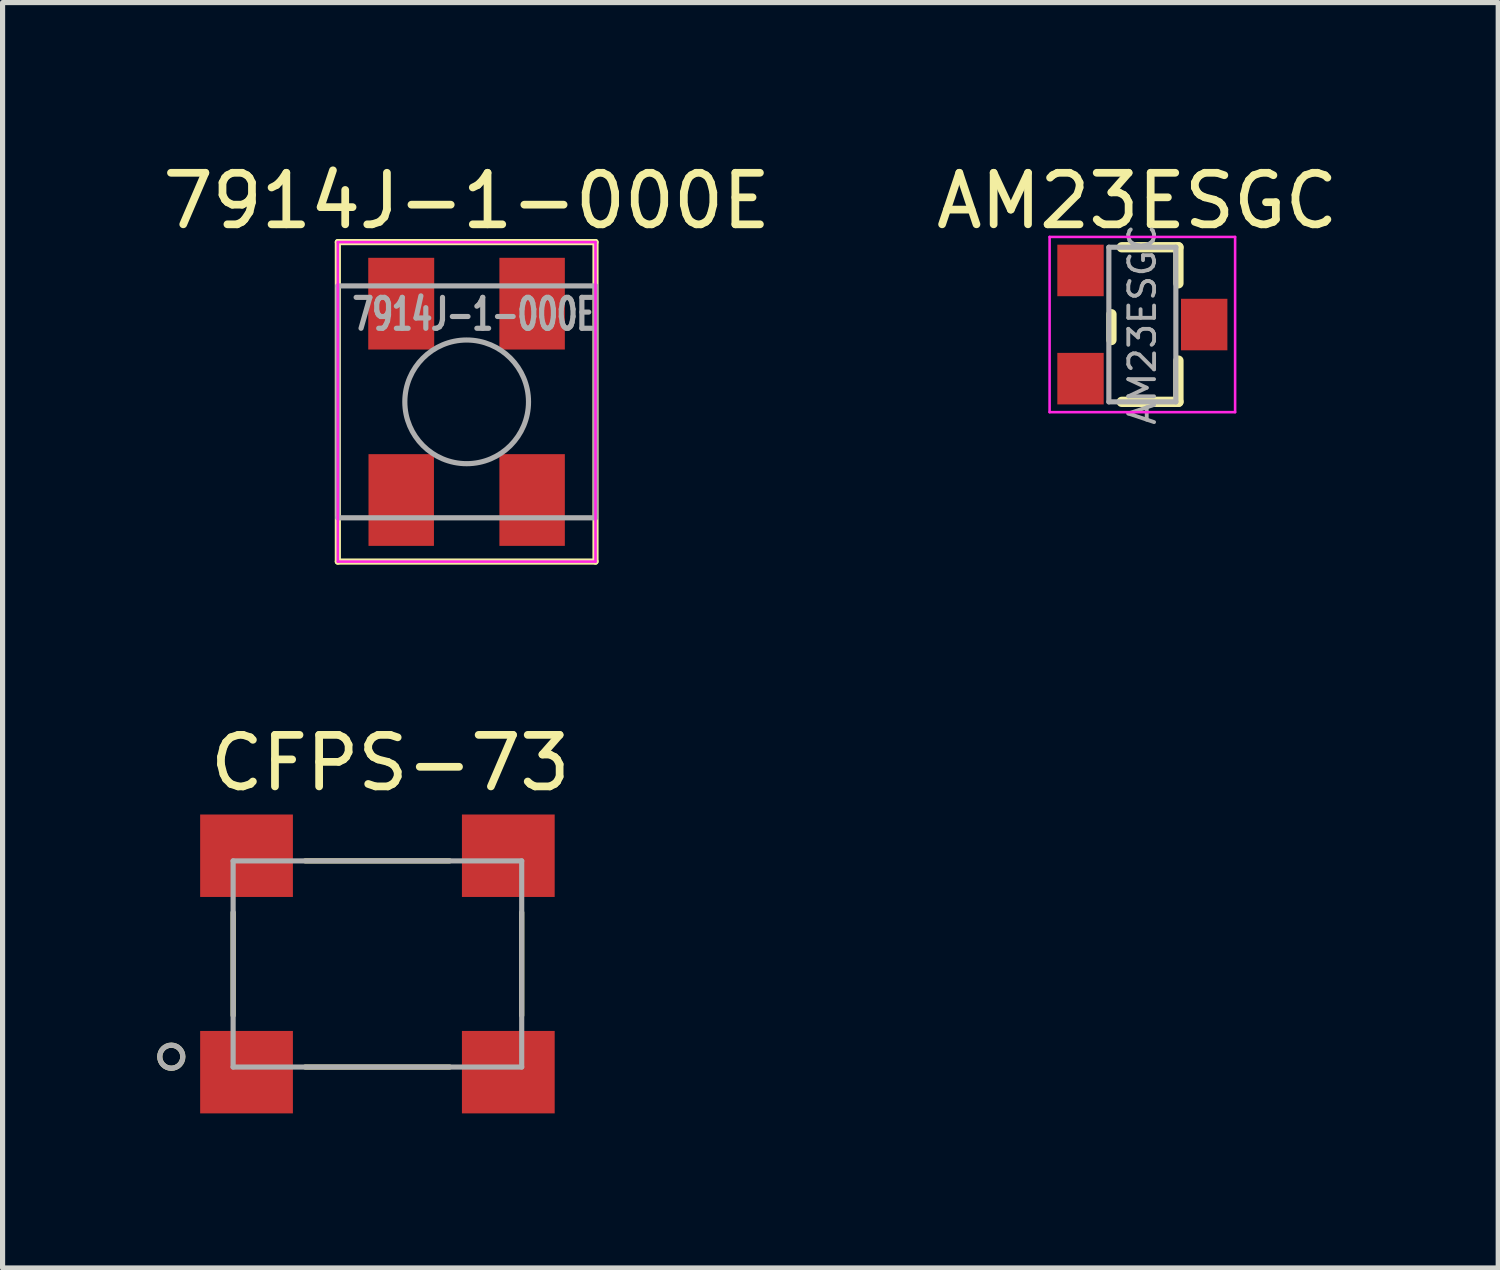
<source format=kicad_pcb>
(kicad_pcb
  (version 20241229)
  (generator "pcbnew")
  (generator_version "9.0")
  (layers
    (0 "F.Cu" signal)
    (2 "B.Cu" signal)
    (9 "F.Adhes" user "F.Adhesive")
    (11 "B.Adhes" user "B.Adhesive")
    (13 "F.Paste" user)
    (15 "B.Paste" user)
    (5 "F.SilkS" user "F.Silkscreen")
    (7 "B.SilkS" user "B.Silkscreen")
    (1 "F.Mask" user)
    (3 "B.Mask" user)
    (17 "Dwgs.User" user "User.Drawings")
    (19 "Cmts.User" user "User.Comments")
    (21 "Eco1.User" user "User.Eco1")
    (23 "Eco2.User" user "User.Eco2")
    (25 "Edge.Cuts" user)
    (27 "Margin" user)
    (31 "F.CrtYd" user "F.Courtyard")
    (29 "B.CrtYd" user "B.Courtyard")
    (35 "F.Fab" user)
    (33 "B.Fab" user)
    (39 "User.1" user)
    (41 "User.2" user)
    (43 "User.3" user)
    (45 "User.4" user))
  (footprint "7914J-1-000E"
    (layer "F.Cu")
    (at 6.006 4.748)
    (property "Reference" "7914J-1-000E" (at 0 -3.9 0) (layer "F.SilkS") (effects (font (size 1 1) (thickness 0.15))))
    (attr smd)
    (fp_line (start -2.5 -3.1) (end 2.5 -3.1) (stroke (width 0.12) (type solid)) (layer "F.SilkS"))
    (fp_line (start -2.5 3.1) (end -2.5 -3.1) (stroke (width 0.12) (type solid)) (layer "F.SilkS"))
    (fp_line (start -2.5 3.1) (end 2.5 3.1) (stroke (width 0.12) (type solid)) (layer "F.SilkS"))
    (fp_line (start 2.5 -3.1) (end 2.5 3.1) (stroke (width 0.12) (type solid)) (layer "F.SilkS"))
    (fp_line (start -2.5 -3.1) (end 2.5 -3.1) (stroke (width 0.05) (type solid)) (layer "F.CrtYd"))
    (fp_line (start -2.5 3.1) (end -2.5 -3.1) (stroke (width 0.05) (type solid)) (layer "F.CrtYd"))
    (fp_line (start 2.5 -3.1) (end 2.5 3.1) (stroke (width 0.05) (type solid)) (layer "F.CrtYd"))
    (fp_line (start 2.5 3.1) (end -2.5 3.1) (stroke (width 0.05) (type solid)) (layer "F.CrtYd"))
    (fp_line (start -2.5 -2.25) (end 2.5 -2.25) (stroke (width 0.1) (type solid)) (layer "F.Fab"))
    (fp_line (start -2.5 2.25) (end -2.5 -2.25) (stroke (width 0.1) (type solid)) (layer "F.Fab"))
    (fp_line (start 2.5 -2.25) (end 2.5 2.25) (stroke (width 0.1) (type solid)) (layer "F.Fab"))
    (fp_line (start 2.5 2.25) (end -2.5 2.25) (stroke (width 0.1) (type solid)) (layer "F.Fab"))
    (fp_circle (center 0 0) (end 1.2 0) (stroke (width 0.1) (type solid)) (fill no) (layer "F.Fab"))
    (fp_text user "${REFERENCE}" (at 0.15 -1.7 0) (layer "F.Fab") (effects (font (size 0.6 0.4) (thickness 0.1))))
    (pad "1" smd rect (at -1.27 -1.905 90) (size 1.78 1.28) (layers "F.Cu" "F.Mask" "F.Paste"))
    (pad "1" smd rect (at -1.27 1.905 90) (size 1.78 1.27) (layers "F.Cu" "F.Mask" "F.Paste"))
    (pad "2" smd rect (at 1.27 -1.905 90) (size 1.78 1.27) (layers "F.Cu" "F.Mask" "F.Paste"))
    (pad "2" smd rect (at 1.27 1.905 90) (size 1.78 1.27) (layers "F.Cu" "F.Mask" "F.Paste")))
  (footprint "AM23ESGC"
    (layer "F.Cu")
    (at 19.118 3.248)
    (property "Reference" "AM23ESGC" (at -0.1 -2.4 0) (layer "F.SilkS") (effects (font (size 1 1) (thickness 0.15))))
    (attr smd)
    (fp_line (start -0.6 -0.2) (end -0.6 0.3) (stroke (width 0.2) (type solid)) (layer "F.SilkS"))
    (fp_line (start 0.7 -1.5) (end -0.4 -1.5) (stroke (width 0.2) (type solid)) (layer "F.SilkS"))
    (fp_line (start 0.7 -1.5) (end 0.7 -0.8) (stroke (width 0.2) (type solid)) (layer "F.SilkS"))
    (fp_line (start 0.7 1.5) (end -0.4 1.5) (stroke (width 0.2) (type solid)) (layer "F.SilkS"))
    (fp_line (start 0.7 1.5) (end 0.7 0.7) (stroke (width 0.2) (type solid)) (layer "F.SilkS"))
    (fp_line (start -1.8 -1.7) (end 1.8 -1.7) (stroke (width 0.05) (type solid)) (layer "F.CrtYd"))
    (fp_line (start -1.8 1.7) (end -1.8 -1.7) (stroke (width 0.05) (type solid)) (layer "F.CrtYd"))
    (fp_line (start 1.8 -1.7) (end 1.8 1.7) (stroke (width 0.05) (type solid)) (layer "F.CrtYd"))
    (fp_line (start 1.8 1.7) (end -1.8 1.7) (stroke (width 0.05) (type solid)) (layer "F.CrtYd"))
    (fp_line (start -0.65 -1.5) (end -0.65 1.5) (stroke (width 0.1) (type solid)) (layer "F.Fab"))
    (fp_line (start -0.65 -1.5) (end 0.65 -1.5) (stroke (width 0.1) (type solid)) (layer "F.Fab"))
    (fp_line (start -0.65 1.5) (end 0.65 1.5) (stroke (width 0.1) (type solid)) (layer "F.Fab"))
    (fp_line (start 0.65 -1.5) (end 0.65 1.5) (stroke (width 0.1) (type solid)) (layer "F.Fab"))
    (fp_text user "${REFERENCE}" (at 0 0 90) (layer "F.Fab") (effects (font (size 0.5 0.5) (thickness 0.075))))
    (pad "1" smd rect (at -1.2 -1.05) (size 0.9 1) (layers "F.Cu" "F.Mask" "F.Paste"))
    (pad "2" smd rect (at -1.2 1.05) (size 0.9 1) (layers "F.Cu" "F.Mask" "F.Paste"))
    (pad "3" smd rect (at 1.2 0) (size 0.9 1) (layers "F.Cu" "F.Mask" "F.Paste")))
  (footprint "CFPS-73"
    (layer "F.Cu")
    (at 4.274 15.656)
    (property "Reference" "CFPS-73" (at 0.25 -3.9 0) (layer "F.SilkS") (effects (font (size 1 1) (thickness 0.15))))
    (attr through_hole)
    (fp_line (start -2.8 -1) (end -2.8 1) (stroke (width 0.1) (type solid)) (layer "F.SilkS"))
    (fp_line (start -1.4 -2) (end 1.4 -2) (stroke (width 0.1) (type solid)) (layer "F.SilkS"))
    (fp_line (start -1.4 2) (end 1.4 2) (stroke (width 0.1) (type solid)) (layer "F.SilkS"))
    (fp_line (start 2.8 -1) (end 2.8 1) (stroke (width 0.1) (type solid)) (layer "F.SilkS"))
    (fp_circle (center -4 1.8) (end -3.8 1.9) (stroke (width 0.1) (type solid)) (fill no) (layer "F.SilkS"))
    (fp_line (start -2.8 -2) (end 2.8 -2) (stroke (width 0.1) (type solid)) (layer "F.Fab"))
    (fp_line (start -2.8 2) (end -2.8 -2) (stroke (width 0.1) (type solid)) (layer "F.Fab"))
    (fp_line (start 2.8 -2) (end 2.8 2) (stroke (width 0.1) (type solid)) (layer "F.Fab"))
    (fp_line (start 2.8 2) (end -2.8 2) (stroke (width 0.1) (type solid)) (layer "F.Fab"))
    (fp_circle (center -4 1.8) (end -3.8 1.9) (stroke (width 0.1) (type solid)) (fill no) (layer "F.Fab"))
    (pad "1" smd rect (at -2.54 2.1) (size 1.8 1.6) (layers "F.Cu" "F.Mask" "F.Paste"))
    (pad "2" smd rect (at 2.54 2.1) (size 1.8 1.6) (layers "F.Cu" "F.Mask" "F.Paste"))
    (pad "3" smd rect (at 2.54 -2.1) (size 1.8 1.6) (layers "F.Cu" "F.Mask" "F.Paste"))
    (pad "4" smd rect (at -2.54 -2.1) (size 1.8 1.6) (layers "F.Cu" "F.Mask" "F.Paste")))
  (gr_rect
    (start -3 -3)
    (end 26.024 21.556)
    (stroke (width 0.1) (type default))
    (fill no)
    (layer "Edge.Cuts")))
</source>
